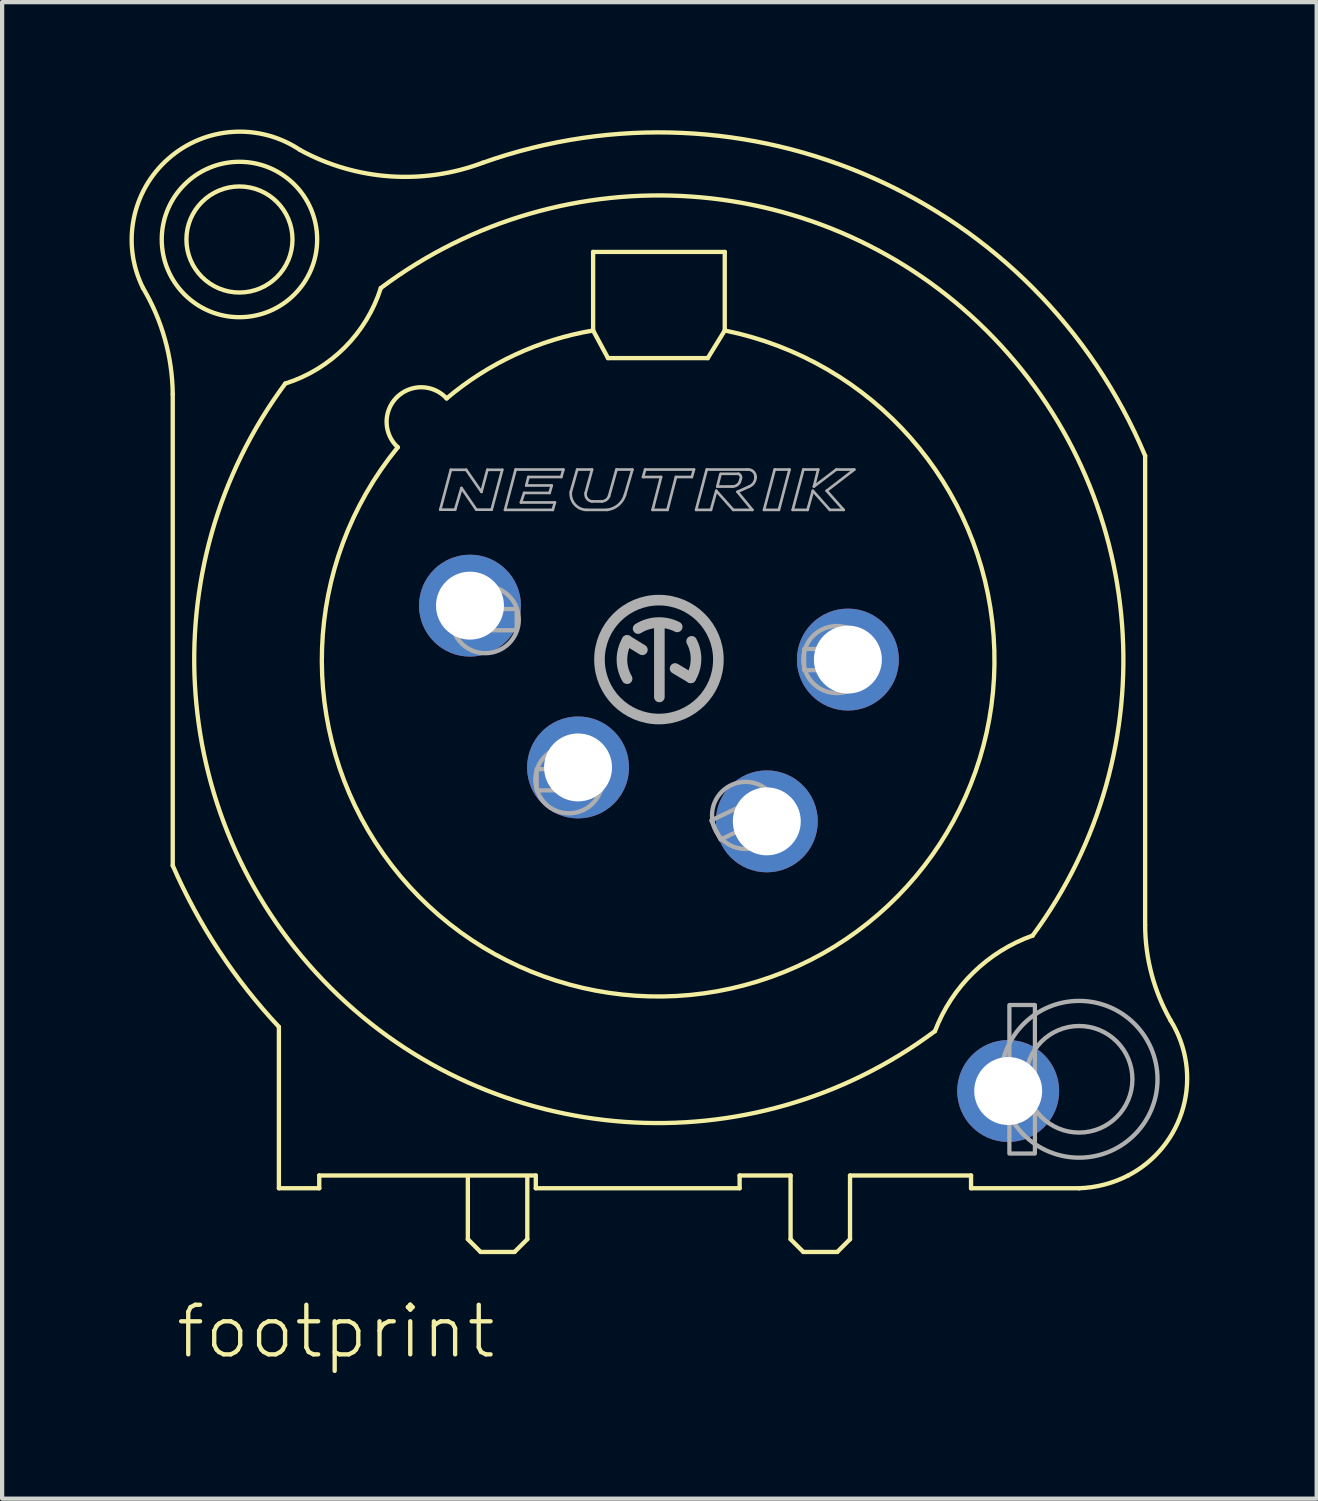
<source format=kicad_pcb>
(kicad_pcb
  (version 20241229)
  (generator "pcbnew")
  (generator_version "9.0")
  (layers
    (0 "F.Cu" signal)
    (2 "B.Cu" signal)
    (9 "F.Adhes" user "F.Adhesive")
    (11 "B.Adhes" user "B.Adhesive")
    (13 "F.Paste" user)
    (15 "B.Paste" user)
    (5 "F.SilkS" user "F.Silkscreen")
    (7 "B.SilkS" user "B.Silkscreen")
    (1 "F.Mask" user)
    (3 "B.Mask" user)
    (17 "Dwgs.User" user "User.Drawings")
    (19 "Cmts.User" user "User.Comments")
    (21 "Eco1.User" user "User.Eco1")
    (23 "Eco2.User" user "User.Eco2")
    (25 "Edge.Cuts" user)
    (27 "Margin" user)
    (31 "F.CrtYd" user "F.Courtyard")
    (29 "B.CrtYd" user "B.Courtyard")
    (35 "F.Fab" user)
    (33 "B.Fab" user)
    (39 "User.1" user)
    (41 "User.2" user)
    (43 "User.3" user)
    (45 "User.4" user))
  (footprint "footprint"
    (layer "F.Cu")
    (at 12.468 12.483)
    (property "Reference" "footprint" (at -11.43 16.51 0) (layer "F.SilkS") (effects (font (size 1.168 1.168) (thickness 0.102)) (justify left bottom)))
    (fp_line (start -11.45 -6.25) (end -11.45 4.85) (stroke (width 0.102) (type solid)) (layer "F.SilkS"))
    (fp_line (start -8.95 8.65) (end -8.95 12.45) (stroke (width 0.102) (type solid)) (layer "F.SilkS"))
    (fp_line (start -8.95 12.45) (end -8 12.45) (stroke (width 0.102) (type solid)) (layer "F.SilkS"))
    (fp_line (start -8 12.15) (end -2.9 12.15) (stroke (width 0.102) (type solid)) (layer "F.SilkS"))
    (fp_line (start -8 12.45) (end -8 12.15) (stroke (width 0.102) (type solid)) (layer "F.SilkS"))
    (fp_line (start -4.5 12.2) (end -4.5 13.65) (stroke (width 0.102) (type solid)) (layer "F.SilkS"))
    (fp_line (start -4.5 13.65) (end -4.2 13.95) (stroke (width 0.102) (type solid)) (layer "F.SilkS"))
    (fp_line (start -4.2 13.95) (end -3.4 13.95) (stroke (width 0.102) (type solid)) (layer "F.SilkS"))
    (fp_line (start -3.4 13.95) (end -3.1 13.65) (stroke (width 0.102) (type solid)) (layer "F.SilkS"))
    (fp_line (start -3.1 13.65) (end -3.1 12.2) (stroke (width 0.102) (type solid)) (layer "F.SilkS"))
    (fp_line (start -2.9 12.15) (end -2.9 12.45) (stroke (width 0.102) (type solid)) (layer "F.SilkS"))
    (fp_line (start -2.9 12.45) (end 1.9 12.45) (stroke (width 0.102) (type solid)) (layer "F.SilkS"))
    (fp_line (start -1.55 -9.6) (end -1.55 -7.75) (stroke (width 0.102) (type solid)) (layer "F.SilkS"))
    (fp_line (start -1.55 -7.75) (end -1.2 -7.1) (stroke (width 0.102) (type solid)) (layer "F.SilkS"))
    (fp_line (start -1.2 -7.1) (end 1.15 -7.1) (stroke (width 0.102) (type solid)) (layer "F.SilkS"))
    (fp_line (start 1.15 -7.1) (end 1.55 -7.75) (stroke (width 0.102) (type solid)) (layer "F.SilkS"))
    (fp_line (start 1.55 -9.6) (end -1.55 -9.6) (stroke (width 0.102) (type solid)) (layer "F.SilkS"))
    (fp_line (start 1.55 -7.75) (end 1.55 -9.6) (stroke (width 0.102) (type solid)) (layer "F.SilkS"))
    (fp_line (start 1.9 12.15) (end 3.1 12.15) (stroke (width 0.102) (type solid)) (layer "F.SilkS"))
    (fp_line (start 1.9 12.45) (end 1.9 12.15) (stroke (width 0.102) (type solid)) (layer "F.SilkS"))
    (fp_line (start 3.1 12.15) (end 3.1 13.65) (stroke (width 0.102) (type solid)) (layer "F.SilkS"))
    (fp_line (start 3.1 13.65) (end 3.4 13.95) (stroke (width 0.102) (type solid)) (layer "F.SilkS"))
    (fp_line (start 3.4 13.95) (end 4.2 13.95) (stroke (width 0.102) (type solid)) (layer "F.SilkS"))
    (fp_line (start 4.2 13.95) (end 4.5 13.65) (stroke (width 0.102) (type solid)) (layer "F.SilkS"))
    (fp_line (start 4.5 12.15) (end 7.35 12.15) (stroke (width 0.102) (type solid)) (layer "F.SilkS"))
    (fp_line (start 4.5 13.65) (end 4.5 12.15) (stroke (width 0.102) (type solid)) (layer "F.SilkS"))
    (fp_line (start 7.35 12.15) (end 7.35 12.45) (stroke (width 0.102) (type solid)) (layer "F.SilkS"))
    (fp_line (start 7.35 12.45) (end 9.9 12.45) (stroke (width 0.102) (type solid)) (layer "F.SilkS"))
    (fp_line (start 11.45 6.25) (end 11.45 -4.8) (stroke (width 0.102) (type solid)) (layer "F.SilkS"))
    (fp_arc (start -12.15 -8.75) (mid -11.634641 -7.5463) (end -11.45 -6.25) (stroke (width 0.1016) (type solid)) (layer "F.SilkS"))
    (fp_arc (start -12.149999 -8.75) (mid -11.550628 -11.798792) (end -8.45 -12) (stroke (width 0.1016) (type solid)) (layer "F.SilkS"))
    (fp_arc (start -8.95 8.65) (mid -10.362445 6.856872) (end -11.45 4.85) (stroke (width 0.1016) (type solid)) (layer "F.SilkS"))
    (fp_arc (start -6.55 -8.75) (mid 7.709645 -7.752825) (end 8.799998 6.499998) (stroke (width 0.1016) (type solid)) (layer "F.SilkS"))
    (fp_arc (start -6.55 -8.749999) (mid -7.399996 -7.349995) (end -8.8 -6.5) (stroke (width 0.1016) (type solid)) (layer "F.SilkS"))
    (fp_arc (start -6.15 -5) (mid -6.175543 -6.175543) (end -5 -6.15) (stroke (width 0.1016) (type solid)) (layer "F.SilkS"))
    (fp_arc (start -5 -6.15) (mid -3.382475 -7.181744) (end -1.55 -7.75) (stroke (width 0.1016) (type solid)) (layer "F.SilkS"))
    (fp_arc (start -4.15 -11.7) (mid -6.332776 -11.380205) (end -8.449999 -12) (stroke (width 0.1016) (type solid)) (layer "F.SilkS"))
    (fp_arc (start -4.149999 -11.699999) (mid 5.021601 -11.35101) (end 11.45 -4.8) (stroke (width 0.1016) (type solid)) (layer "F.SilkS"))
    (fp_arc (start 1.55 -7.75) (mid 2.645507 7.472414) (end -6.149999 -5) (stroke (width 0.1016) (type solid)) (layer "F.SilkS"))
    (fp_arc (start 6.5 8.749999) (mid 7.402479 7.371977) (end 8.8 6.5) (stroke (width 0.1016) (type solid)) (layer "F.SilkS"))
    (fp_arc (start 6.5 8.75) (mid -7.733214 7.729801) (end -8.799998 -6.499998) (stroke (width 0.1016) (type solid)) (layer "F.SilkS"))
    (fp_arc (start 11.05 12.15) (mid 10.491533 12.363377) (end 9.9 12.45) (stroke (width 0.1016) (type solid)) (layer "F.SilkS"))
    (fp_arc (start 12.05 8.5) (mid 12.348211 10.543688) (end 11.05 12.15) (stroke (width 0.1016) (type solid)) (layer "F.SilkS"))
    (fp_arc (start 12.05 8.5) (mid 11.603713 7.41401) (end 11.45 6.25) (stroke (width 0.1016) (type solid)) (layer "F.SilkS"))
    (fp_circle (center -9.879 -9.893) (end -8.63 -9.893) (stroke (width 0.102) (type solid)) (fill no) (layer "F.SilkS"))
    (fp_circle (center -9.879 -9.893) (end -8.049 -9.893) (stroke (width 0.102) (type solid)) (fill no) (layer "F.SilkS"))
    (fp_line (start -5.15 -3.53) (end -4.9 -4.47) (stroke (width 0.063) (type solid)) (layer "F.Fab"))
    (fp_line (start -4.9 -4.47) (end -4.54 -4.47) (stroke (width 0.063) (type solid)) (layer "F.Fab"))
    (fp_line (start -4.8 -3.53) (end -5.15 -3.53) (stroke (width 0.063) (type solid)) (layer "F.Fab"))
    (fp_line (start -4.65 -4.04) (end -4.8 -3.53) (stroke (width 0.063) (type solid)) (layer "F.Fab"))
    (fp_line (start -4.54 -4.47) (end -4.18 -3.95) (stroke (width 0.063) (type solid)) (layer "F.Fab"))
    (fp_line (start -4.3 -3.53) (end -4.65 -4.04) (stroke (width 0.063) (type solid)) (layer "F.Fab"))
    (fp_line (start -4.18 -3.95) (end -4.04 -4.47) (stroke (width 0.063) (type solid)) (layer "F.Fab"))
    (fp_line (start -4.04 -4.47) (end -3.69 -4.47) (stroke (width 0.063) (type solid)) (layer "F.Fab"))
    (fp_line (start -3.94 -3.53) (end -4.3 -3.53) (stroke (width 0.063) (type solid)) (layer "F.Fab"))
    (fp_line (start -3.69 -4.47) (end -3.94 -3.53) (stroke (width 0.063) (type solid)) (layer "F.Fab"))
    (fp_line (start -3.625 -3.525) (end -3.375 -4.475) (stroke (width 0.063) (type solid)) (layer "F.Fab"))
    (fp_line (start -3.375 -4.475) (end -2.25 -4.475) (stroke (width 0.063) (type solid)) (layer "F.Fab"))
    (fp_line (start -3.25 -3.7) (end -2.45 -3.7) (stroke (width 0.063) (type solid)) (layer "F.Fab"))
    (fp_line (start -3.175 -3.925) (end -3.25 -3.7) (stroke (width 0.063) (type solid)) (layer "F.Fab"))
    (fp_line (start -3.125 -4.1) (end -2.525 -4.1) (stroke (width 0.063) (type solid)) (layer "F.Fab"))
    (fp_line (start -3.075 -4.3) (end -3.125 -4.1) (stroke (width 0.063) (type solid)) (layer "F.Fab"))
    (fp_line (start -2.575 -3.925) (end -3.175 -3.925) (stroke (width 0.063) (type solid)) (layer "F.Fab"))
    (fp_line (start -2.525 -4.1) (end -2.575 -3.925) (stroke (width 0.063) (type solid)) (layer "F.Fab"))
    (fp_line (start -2.5 -3.525) (end -3.625 -3.525) (stroke (width 0.063) (type solid)) (layer "F.Fab"))
    (fp_line (start -2.45 -3.7) (end -2.5 -3.525) (stroke (width 0.063) (type solid)) (layer "F.Fab"))
    (fp_line (start -2.3 -4.3) (end -3.075 -4.3) (stroke (width 0.063) (type solid)) (layer "F.Fab"))
    (fp_line (start -2.25 -4.475) (end -2.3 -4.3) (stroke (width 0.063) (type solid)) (layer "F.Fab"))
    (fp_line (start -2.075 -3.95) (end -1.925 -4.475) (stroke (width 0.063) (type solid)) (layer "F.Fab"))
    (fp_line (start -1.925 -4.475) (end -1.575 -4.475) (stroke (width 0.063) (type solid)) (layer "F.Fab"))
    (fp_line (start -1.575 -4.475) (end -1.725 -3.925) (stroke (width 0.063) (type solid)) (layer "F.Fab"))
    (fp_line (start -1.575 -3.725) (end -1.35 -3.725) (stroke (width 0.063) (type solid)) (layer "F.Fab"))
    (fp_line (start -1.225 -3.525) (end -1.7 -3.525) (stroke (width 0.063) (type solid)) (layer "F.Fab"))
    (fp_line (start -1.175 -3.85) (end -1 -4.475) (stroke (width 0.063) (type solid)) (layer "F.Fab"))
    (fp_line (start -1 -4.475) (end -0.625 -4.475) (stroke (width 0.063) (type solid)) (layer "F.Fab"))
    (fp_line (start -0.75 -0.45) (end -0.39 -0.23) (stroke (width 0.25) (type solid)) (layer "F.Fab"))
    (fp_line (start -0.625 -4.475) (end -0.8 -3.875) (stroke (width 0.063) (type solid)) (layer "F.Fab"))
    (fp_line (start -0.375 -4.3) (end -0.325 -4.475) (stroke (width 0.063) (type solid)) (layer "F.Fab"))
    (fp_line (start -0.325 -4.475) (end 0.825 -4.475) (stroke (width 0.063) (type solid)) (layer "F.Fab"))
    (fp_line (start -0.15 -3.525) (end 0.05 -4.3) (stroke (width 0.063) (type solid)) (layer "F.Fab"))
    (fp_line (start 0.01 0.88) (end 0.01 -0.78) (stroke (width 0.25) (type solid)) (layer "F.Fab"))
    (fp_line (start 0.05 -4.3) (end -0.375 -4.3) (stroke (width 0.063) (type solid)) (layer "F.Fab"))
    (fp_line (start 0.2 -3.525) (end -0.15 -3.525) (stroke (width 0.063) (type solid)) (layer "F.Fab"))
    (fp_line (start 0.38 0.21) (end 0.75 0.43) (stroke (width 0.25) (type solid)) (layer "F.Fab"))
    (fp_line (start 0.4 -4.3) (end 0.2 -3.525) (stroke (width 0.063) (type solid)) (layer "F.Fab"))
    (fp_line (start 0.775 -4.3) (end 0.4 -4.3) (stroke (width 0.063) (type solid)) (layer "F.Fab"))
    (fp_line (start 0.825 -4.475) (end 0.775 -4.3) (stroke (width 0.063) (type solid)) (layer "F.Fab"))
    (fp_line (start 0.875 -3.525) (end 1.125 -4.475) (stroke (width 0.063) (type solid)) (layer "F.Fab"))
    (fp_line (start 1.125 -4.475) (end 2.075 -4.475) (stroke (width 0.063) (type solid)) (layer "F.Fab"))
    (fp_line (start 1.225 -3.525) (end 0.875 -3.525) (stroke (width 0.063) (type solid)) (layer "F.Fab"))
    (fp_line (start 1.35 -3.975) (end 1.225 -3.525) (stroke (width 0.063) (type solid)) (layer "F.Fab"))
    (fp_line (start 1.375 -4.075) (end 1.725 -4.075) (stroke (width 0.063) (type solid)) (layer "F.Fab"))
    (fp_line (start 1.45 -4.375) (end 1.375 -4.075) (stroke (width 0.063) (type solid)) (layer "F.Fab"))
    (fp_line (start 1.75 -3.525) (end 1.35 -3.975) (stroke (width 0.063) (type solid)) (layer "F.Fab"))
    (fp_line (start 1.85 -3.95) (end 2.2 -3.525) (stroke (width 0.063) (type solid)) (layer "F.Fab"))
    (fp_line (start 1.875 -4.375) (end 1.475 -4.375) (stroke (width 0.063) (type solid)) (layer "F.Fab"))
    (fp_line (start 1.9 -4.175) (end 1.925 -4.25) (stroke (width 0.063) (type solid)) (layer "F.Fab"))
    (fp_line (start 2.125 -4.075) (end 1.85 -3.95) (stroke (width 0.063) (type solid)) (layer "F.Fab"))
    (fp_line (start 2.2 -3.525) (end 1.75 -3.525) (stroke (width 0.063) (type solid)) (layer "F.Fab"))
    (fp_line (start 2.475 -3.525) (end 2.725 -4.475) (stroke (width 0.063) (type solid)) (layer "F.Fab"))
    (fp_line (start 2.725 -4.475) (end 3.075 -4.475) (stroke (width 0.063) (type solid)) (layer "F.Fab"))
    (fp_line (start 2.825 -3.525) (end 2.475 -3.525) (stroke (width 0.063) (type solid)) (layer "F.Fab"))
    (fp_line (start 3.075 -4.475) (end 2.825 -3.525) (stroke (width 0.063) (type solid)) (layer "F.Fab"))
    (fp_line (start 3.15 -3.525) (end 3.5 -3.525) (stroke (width 0.063) (type solid)) (layer "F.Fab"))
    (fp_line (start 3.4 -4.475) (end 3.15 -3.525) (stroke (width 0.063) (type solid)) (layer "F.Fab"))
    (fp_line (start 3.5 -3.525) (end 3.625 -3.975) (stroke (width 0.063) (type solid)) (layer "F.Fab"))
    (fp_line (start 3.625 -3.975) (end 4.025 -3.525) (stroke (width 0.063) (type solid)) (layer "F.Fab"))
    (fp_line (start 3.65 -4.075) (end 3.75 -4.475) (stroke (width 0.063) (type solid)) (layer "F.Fab"))
    (fp_line (start 3.75 -4.475) (end 3.4 -4.475) (stroke (width 0.063) (type solid)) (layer "F.Fab"))
    (fp_line (start 3.95 -3.975) (end 4.6 -4.475) (stroke (width 0.063) (type solid)) (layer "F.Fab"))
    (fp_line (start 4.025 -3.525) (end 4.35 -3.525) (stroke (width 0.063) (type solid)) (layer "F.Fab"))
    (fp_line (start 4.175 -4.475) (end 3.65 -4.075) (stroke (width 0.063) (type solid)) (layer "F.Fab"))
    (fp_line (start 4.35 -3.525) (end 3.95 -3.975) (stroke (width 0.063) (type solid)) (layer "F.Fab"))
    (fp_line (start 4.6 -4.475) (end 4.175 -4.475) (stroke (width 0.063) (type solid)) (layer "F.Fab"))
    (fp_arc (start -1.7 -3.525) (mid -1.982521 -3.653658) (end -2.075 -3.95) (stroke (width 0.0634) (type solid)) (layer "F.Fab"))
    (fp_arc (start -1.575001 -3.724999) (mid -1.694241 -3.79182) (end -1.725 -3.925) (stroke (width 0.0634) (type solid)) (layer "F.Fab"))
    (fp_arc (start -1.175 -3.849999) (mid -1.243092 -3.760328) (end -1.35 -3.725) (stroke (width 0.0634) (type solid)) (layer "F.Fab"))
    (fp_arc (start -0.8 -3.875) (mid -0.960325 -3.636646) (end -1.224998 -3.525) (stroke (width 0.0634) (type solid)) (layer "F.Fab"))
    (fp_arc (start -0.75 0.45) (mid -0.871403 0) (end -0.75 -0.45) (stroke (width 0.25) (type solid)) (layer "F.Fab"))
    (fp_arc (start -0.49 -0.73) (mid -0.03525 -0.870739) (end 0.429999 -0.77) (stroke (width 0.25) (type solid)) (layer "F.Fab"))
    (fp_arc (start 0.769999 -0.430001) (mid 0.873225 0.002632) (end 0.75 0.43) (stroke (width 0.25) (type solid)) (layer "F.Fab"))
    (fp_arc (start 1.875 -4.375) (mid 1.925888 -4.322855) (end 1.925 -4.25) (stroke (width 0.0634) (type solid)) (layer "F.Fab"))
    (fp_arc (start 1.899999 -4.175) (mid 1.82636 -4.100745) (end 1.725 -4.075) (stroke (width 0.0634) (type solid)) (layer "F.Fab"))
    (fp_arc (start 2.075 -4.475) (mid 2.215619 -4.43392) (end 2.275 -4.299998) (stroke (width 0.0634) (type solid)) (layer "F.Fab"))
    (fp_arc (start 2.275 -4.3) (mid 2.235142 -4.164071) (end 2.125 -4.074999) (stroke (width 0.0634) (type solid)) (layer "F.Fab"))
    (fp_circle (center -4.09 -0.94) (end -3.3 -0.94) (stroke (width 0.102) (type solid)) (fill no) (layer "F.Fab"))
    (fp_circle (center -2.12 2.83) (end -1.33 2.83) (stroke (width 0.102) (type solid)) (fill no) (layer "F.Fab"))
    (fp_circle (center 0 0) (end 1.4 0) (stroke (width 0.25) (type solid)) (fill no) (layer "F.Fab"))
    (fp_circle (center 2.04 3.67) (end 2.83 3.67) (stroke (width 0.102) (type solid)) (fill no) (layer "F.Fab"))
    (fp_circle (center 4.19 0) (end 4.98 0) (stroke (width 0.102) (type solid)) (fill no) (layer "F.Fab"))
    (fp_circle (center 9.895 9.884) (end 11.15 9.884) (stroke (width 0.102) (type solid)) (fill no) (layer "F.Fab"))
    (fp_circle (center 9.895 9.884) (end 11.741 9.884) (stroke (width 0.102) (type solid)) (fill no) (layer "F.Fab"))
    (fp_poly (pts (xy -4.85 -0.69) (xy -3.35 -0.69) (xy -3.35 -1.19) (xy -4.85 -1.19)) (stroke (width 0.1) (type solid)) (fill no) (layer "F.Fab"))
    (fp_poly (pts (xy -2.88 3.08) (xy -1.36 3.08) (xy -1.36 2.58) (xy -2.88 2.58)) (stroke (width 0.1) (type solid)) (fill no) (layer "F.Fab"))
    (fp_poly (pts (xy 1.449 4.239) (xy 2.829 3.578) (xy 2.613 3.127) (xy 1.233 3.788)) (stroke (width 0.1) (type solid)) (fill no) (layer "F.Fab"))
    (fp_poly (pts (xy 3.42 0.25) (xy 4.95 0.25) (xy 4.95 -0.25) (xy 3.42 -0.25)) (stroke (width 0.1) (type solid)) (fill no) (layer "F.Fab"))
    (fp_poly (pts (xy 8.253 11.633) (xy 8.854 11.633) (xy 8.854 8.135) (xy 8.253 8.135)) (stroke (width 0.1) (type solid)) (fill no) (layer "F.Fab"))
    (pad "1" thru_hole circle (at 4.45 0) (size 2.4 2.4) (drill 1.6) (layers "*.Cu" "*.Mask"))
    (pad "2" thru_hole circle (at 2.54 3.81) (size 2.4 2.4) (drill 1.6) (layers "*.Cu" "*.Mask"))
    (pad "3" thru_hole circle (at -1.905 2.54) (size 2.4 2.4) (drill 1.6) (layers "*.Cu" "*.Mask"))
    (pad "4" thru_hole circle (at -4.45 -1.27) (size 2.4 2.4) (drill 1.6) (layers "*.Cu" "*.Mask"))
    (pad "G" thru_hole circle (at 8.225 10.16) (size 2.4 2.4) (drill 1.6) (layers "*.Cu" "*.Mask")))
  (gr_rect
    (start -3 -3)
    (end 27.958 32.243)
    (stroke (width 0.1) (type default))
    (fill no)
    (layer "Edge.Cuts")))
</source>
